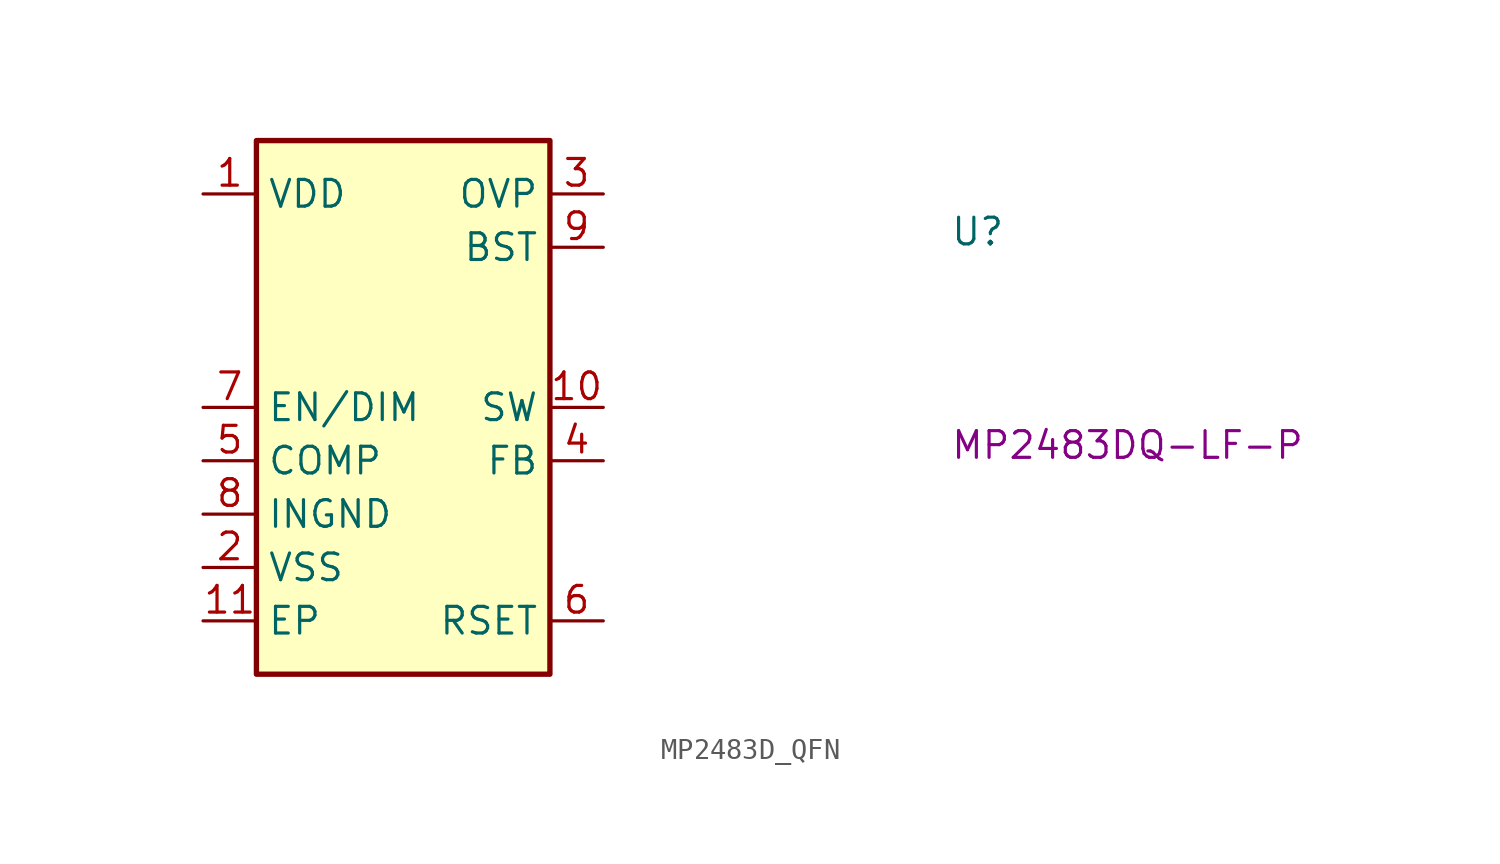
<source format=kicad_sym>
(kicad_symbol_lib
  (version 20231120)
  (generator "kicad_symbol_editor")
  (generator_version "8.0")
  (symbol "MP2483D_QFN"
    (property "Reference" "U"
      (at 35.56 -2.54 0)
      (effects (font (size 1.27 1.27) (thickness 0.15)) (justify left bottom)))
    (property "MPN" "MP2483DQ-LF-P"
      (at 35.56 -12.7 0)
      (effects (font (size 1.27 1.27) (thickness 0.15)) (justify left bottom)))
    (symbol "MP2483D_QFN_1_1"
      (rectangle (start 2.54 2.54) (end 16.51 -22.86) (stroke (width 0.254) (type default)) (fill (type background)))
      (pin power_in line (at 0 0 0) (length 2.54) (name "VDD" (effects (font (size 1.27 1.27)))) (number "1" (effects (font (size 1.27 1.27)))))
      (pin output line (at 19.05 -10.16 180) (length 2.54) (name "SW" (effects (font (size 1.27 1.27)))) (number "10" (effects (font (size 1.27 1.27)))))
      (pin power_in line (at 0 -20.32 0) (length 2.54) (name "EP" (effects (font (size 1.27 1.27)))) (number "11" (effects (font (size 1.27 1.27)))))
      (pin power_in line (at 0 -17.78 0) (length 2.54) (name "VSS" (effects (font (size 1.27 1.27)))) (number "2" (effects (font (size 1.27 1.27)))))
      (pin unspecified line (at 19.05 0 180) (length 2.54) (name "OVP" (effects (font (size 1.27 1.27)))) (number "3" (effects (font (size 1.27 1.27)))))
      (pin input line (at 19.05 -12.7 180) (length 2.54) (name "FB" (effects (font (size 1.27 1.27)))) (number "4" (effects (font (size 1.27 1.27)))))
      (pin output line (at 0 -12.7 0) (length 2.54) (name "COMP" (effects (font (size 1.27 1.27)))) (number "5" (effects (font (size 1.27 1.27)))))
      (pin unspecified line (at 19.05 -20.32 180) (length 2.54) (name "RSET" (effects (font (size 1.27 1.27)))) (number "6" (effects (font (size 1.27 1.27)))))
      (pin input line (at 0 -10.16 0) (length 2.54) (name "EN/DIM" (effects (font (size 1.27 1.27)))) (number "7" (effects (font (size 1.27 1.27)))))
      (pin power_in line (at 0 -15.24 0) (length 2.54) (name "INGND" (effects (font (size 1.27 1.27)))) (number "8" (effects (font (size 1.27 1.27)))))
      (pin power_in line (at 19.05 -2.54 180) (length 2.54) (name "BST" (effects (font (size 1.27 1.27)))) (number "9" (effects (font (size 1.27 1.27))))))))
</source>
